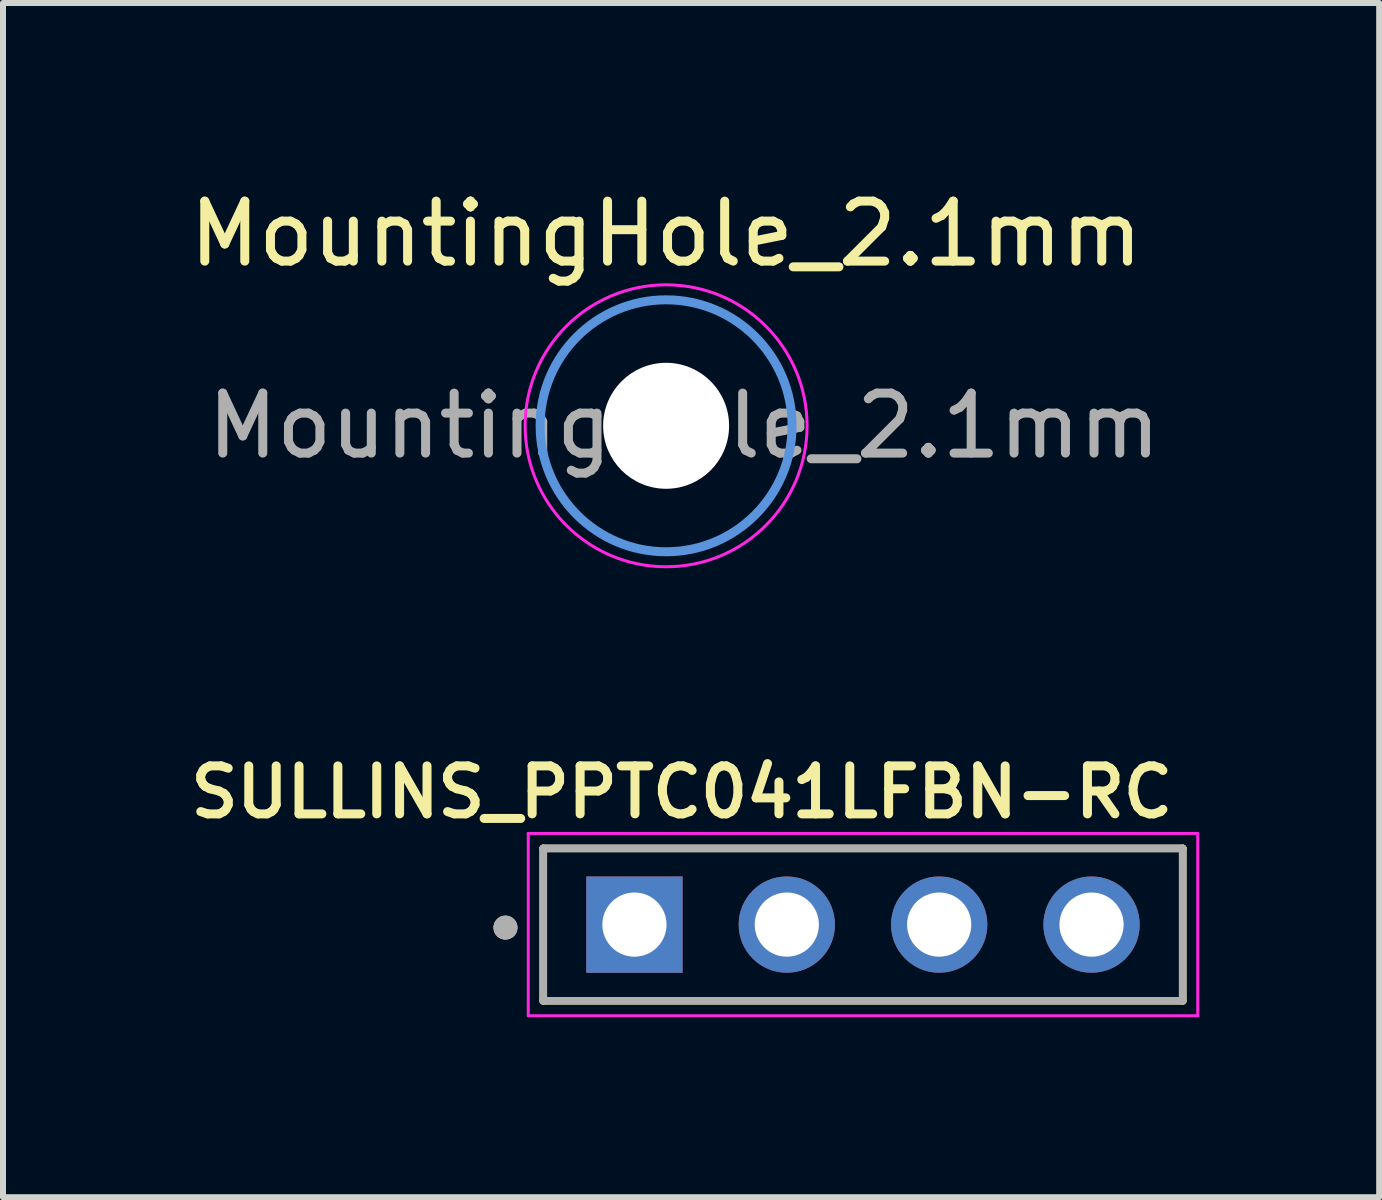
<source format=kicad_pcb>
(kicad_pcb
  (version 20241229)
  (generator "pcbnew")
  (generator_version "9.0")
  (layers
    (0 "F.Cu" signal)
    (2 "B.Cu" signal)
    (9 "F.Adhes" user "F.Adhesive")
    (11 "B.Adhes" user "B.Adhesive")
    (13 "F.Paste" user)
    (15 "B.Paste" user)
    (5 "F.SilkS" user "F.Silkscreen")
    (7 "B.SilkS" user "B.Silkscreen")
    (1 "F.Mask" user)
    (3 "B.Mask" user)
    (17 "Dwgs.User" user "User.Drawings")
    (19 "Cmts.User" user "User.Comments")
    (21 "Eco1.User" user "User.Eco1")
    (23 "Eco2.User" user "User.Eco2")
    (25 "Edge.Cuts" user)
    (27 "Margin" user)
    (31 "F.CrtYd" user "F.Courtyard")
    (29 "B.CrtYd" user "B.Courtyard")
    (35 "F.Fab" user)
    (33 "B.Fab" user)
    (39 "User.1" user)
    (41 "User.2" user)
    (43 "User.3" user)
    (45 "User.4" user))
  (footprint "MountingHole_2.1mm"
    (layer "F.Cu")
    (at 8.054 4.048)
    (property "Reference" "MountingHole_2.1mm" (at 0 -3.2 0) (layer "F.SilkS") (effects (font (size 1 1) (thickness 0.15))))
    (attr exclude_from_pos_files exclude_from_bom)
    (fp_circle (center 0 0) (end 2.1 0) (stroke (width 0.15) (type solid)) (fill no) (layer "Cmts.User"))
    (fp_circle (center 0 0) (end 2.35 0) (stroke (width 0.05) (type solid)) (fill no) (layer "F.CrtYd"))
    (fp_text user "${REFERENCE}" (at 0.3 0 0) (layer "F.Fab") (effects (font (size 1 1) (thickness 0.15))))
    (pad "" np_thru_hole circle (at 0 0) (size 2.1 2.1) (drill 2.1) (layers "*.Cu" "*.Mask")))
  (footprint "SULLINS_PPTC041LFBN-RC"
    (layer "F.Cu")
    (at 11.336 12.363)
    (property "Reference" "SULLINS_PPTC041LFBN-RC" (at -3.02 -2.208 0) (layer "F.SilkS") (effects (font (size 0.8 0.8) (thickness 0.15))))
    (attr through_hole)
    (fp_line (start -5.33 -1.27) (end -5.33 1.27) (stroke (width 0.127) (type solid)) (layer "F.SilkS"))
    (fp_line (start -5.33 1.27) (end 5.33 1.27) (stroke (width 0.127) (type solid)) (layer "F.SilkS"))
    (fp_line (start 5.33 -1.27) (end -5.33 -1.27) (stroke (width 0.127) (type solid)) (layer "F.SilkS"))
    (fp_line (start 5.33 1.27) (end 5.33 -1.27) (stroke (width 0.127) (type solid)) (layer "F.SilkS"))
    (fp_circle (center -5.96 0.05) (end -5.86 0.05) (stroke (width 0.2) (type solid)) (fill no) (layer "F.SilkS"))
    (fp_line (start -5.58 -1.52) (end -5.58 1.52) (stroke (width 0.05) (type solid)) (layer "F.CrtYd"))
    (fp_line (start -5.58 1.52) (end 5.58 1.52) (stroke (width 0.05) (type solid)) (layer "F.CrtYd"))
    (fp_line (start 5.58 -1.52) (end -5.58 -1.52) (stroke (width 0.05) (type solid)) (layer "F.CrtYd"))
    (fp_line (start 5.58 1.52) (end 5.58 -1.52) (stroke (width 0.05) (type solid)) (layer "F.CrtYd"))
    (fp_line (start -5.33 -1.27) (end -5.33 1.27) (stroke (width 0.127) (type solid)) (layer "F.Fab"))
    (fp_line (start -5.33 1.27) (end 5.33 1.27) (stroke (width 0.127) (type solid)) (layer "F.Fab"))
    (fp_line (start 5.33 -1.27) (end -5.33 -1.27) (stroke (width 0.127) (type solid)) (layer "F.Fab"))
    (fp_line (start 5.33 1.27) (end 5.33 -1.27) (stroke (width 0.127) (type solid)) (layer "F.Fab"))
    (fp_circle (center -5.96 0.05) (end -5.86 0.05) (stroke (width 0.2) (type solid)) (fill no) (layer "F.Fab"))
    (pad "1" thru_hole rect (at -3.81 0) (size 1.605 1.605) (drill 1.07) (layers "*.Cu" "*.Mask"))
    (pad "2" thru_hole circle (at -1.27 0) (size 1.605 1.605) (drill 1.07) (layers "*.Cu" "*.Mask"))
    (pad "3" thru_hole circle (at 1.27 0) (size 1.605 1.605) (drill 1.07) (layers "*.Cu" "*.Mask"))
    (pad "4" thru_hole circle (at 3.81 0) (size 1.605 1.605) (drill 1.07) (layers "*.Cu" "*.Mask")))
  (gr_rect
    (start -3 -3)
    (end 19.941 16.907)
    (stroke (width 0.1) (type default))
    (fill no)
    (layer "Edge.Cuts")))
</source>
